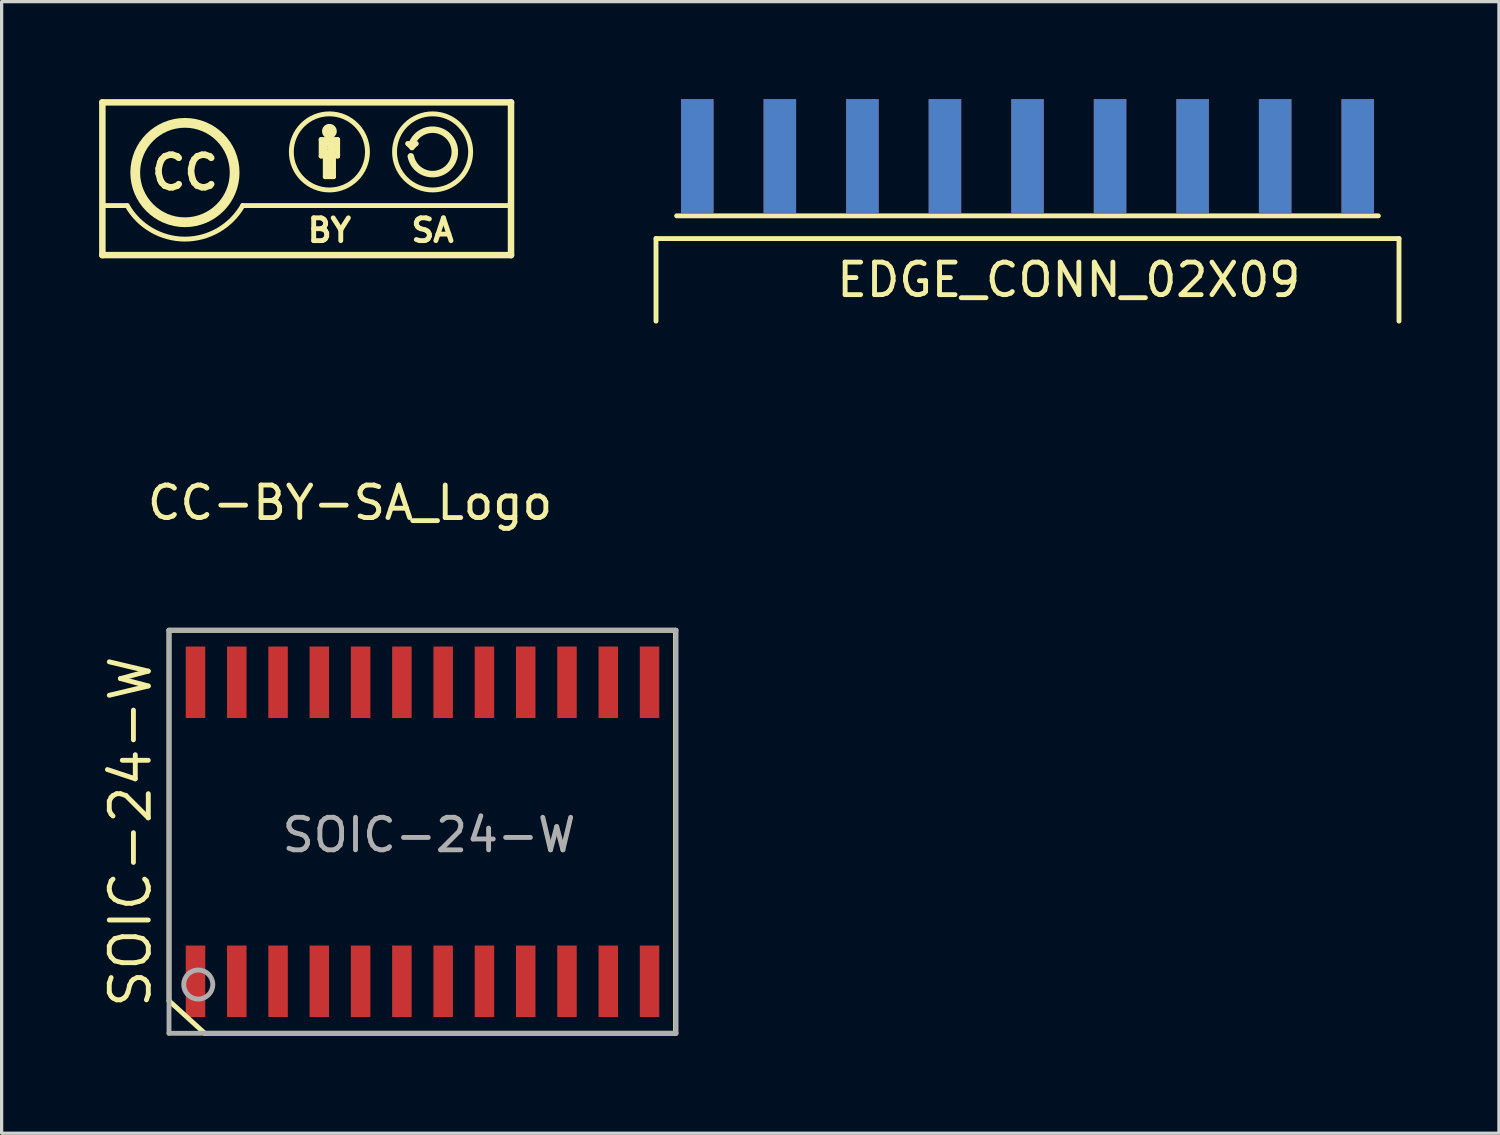
<source format=kicad_pcb>
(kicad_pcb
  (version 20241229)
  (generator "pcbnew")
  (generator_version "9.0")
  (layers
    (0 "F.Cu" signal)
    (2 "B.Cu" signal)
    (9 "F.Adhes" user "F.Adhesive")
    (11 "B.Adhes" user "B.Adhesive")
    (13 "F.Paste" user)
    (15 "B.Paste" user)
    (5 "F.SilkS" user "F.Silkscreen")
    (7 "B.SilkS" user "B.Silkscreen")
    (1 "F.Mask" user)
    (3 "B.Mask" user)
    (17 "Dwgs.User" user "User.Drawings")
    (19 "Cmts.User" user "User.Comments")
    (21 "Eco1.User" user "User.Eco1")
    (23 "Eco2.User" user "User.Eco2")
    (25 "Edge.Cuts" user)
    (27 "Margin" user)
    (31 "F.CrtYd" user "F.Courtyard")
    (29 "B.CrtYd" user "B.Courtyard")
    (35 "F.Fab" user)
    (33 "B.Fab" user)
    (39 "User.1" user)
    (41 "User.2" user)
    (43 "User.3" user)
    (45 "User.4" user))
  (footprint "CC-BY-SA_Logo"
    (layer "F.Cu")
    (at 7.72 7.339)
    (property "Reference" "CC-BY-SA_Logo" (at 0 5.08 0) (layer "F.SilkS") (effects (font (size 1 1) (thickness 0.15))))
    (attr through_hole)
    (fp_line (start -7.62 -7.239) (end -7.62 -2.54) (stroke (width 0.2) (type solid)) (layer "F.SilkS"))
    (fp_line (start -7.62 -2.54) (end 4.953 -2.54) (stroke (width 0.2) (type solid)) (layer "F.SilkS"))
    (fp_line (start -6.858 -4.064) (end -7.62 -4.064) (stroke (width 0.15) (type solid)) (layer "F.SilkS"))
    (fp_line (start -3.302 -4.064) (end 4.953 -4.064) (stroke (width 0.15) (type solid)) (layer "F.SilkS"))
    (fp_line (start -0.889 -6.096) (end -0.889 -5.588) (stroke (width 0.15) (type solid)) (layer "F.SilkS"))
    (fp_line (start -0.889 -6.096) (end -0.381 -6.096) (stroke (width 0.15) (type solid)) (layer "F.SilkS"))
    (fp_line (start -0.889 -5.588) (end -0.381 -5.588) (stroke (width 0.15) (type solid)) (layer "F.SilkS"))
    (fp_line (start -0.762 -5.969) (end -0.762 -5.715) (stroke (width 0.15) (type solid)) (layer "F.SilkS"))
    (fp_line (start -0.762 -5.715) (end -0.508 -5.715) (stroke (width 0.15) (type solid)) (layer "F.SilkS"))
    (fp_line (start -0.762 -5.588) (end -0.762 -4.953) (stroke (width 0.15) (type solid)) (layer "F.SilkS"))
    (fp_line (start -0.762 -4.953) (end -0.508 -4.953) (stroke (width 0.15) (type solid)) (layer "F.SilkS"))
    (fp_line (start -0.635 -6.35) (end -0.635 -6.223) (stroke (width 0.15) (type solid)) (layer "F.SilkS"))
    (fp_line (start -0.635 -5.588) (end -0.635 -4.953) (stroke (width 0.15) (type solid)) (layer "F.SilkS"))
    (fp_line (start -0.508 -5.842) (end -0.635 -5.842) (stroke (width 0.15) (type solid)) (layer "F.SilkS"))
    (fp_line (start -0.508 -5.715) (end -0.508 -5.842) (stroke (width 0.15) (type solid)) (layer "F.SilkS"))
    (fp_line (start -0.508 -4.953) (end -0.508 -5.588) (stroke (width 0.15) (type solid)) (layer "F.SilkS"))
    (fp_line (start -0.381 -5.969) (end -0.762 -5.969) (stroke (width 0.15) (type solid)) (layer "F.SilkS"))
    (fp_line (start -0.381 -5.588) (end -0.381 -6.096) (stroke (width 0.15) (type solid)) (layer "F.SilkS"))
    (fp_line (start 1.778 -5.969) (end 2.032 -5.969) (stroke (width 0.15) (type solid)) (layer "F.SilkS"))
    (fp_line (start 1.905 -5.842) (end 1.778 -5.969) (stroke (width 0.15) (type solid)) (layer "F.SilkS"))
    (fp_line (start 2.032 -5.969) (end 1.905 -5.842) (stroke (width 0.15) (type solid)) (layer "F.SilkS"))
    (fp_line (start 4.953 -7.239) (end -7.62 -7.239) (stroke (width 0.2) (type solid)) (layer "F.SilkS"))
    (fp_line (start 4.953 -2.54) (end 4.953 -7.239) (stroke (width 0.2) (type solid)) (layer "F.SilkS"))
    (fp_arc (start -3.302 -4.064) (mid -5.08 -3.032187) (end -6.858 -4.064) (stroke (width 0.15) (type solid)) (layer "F.SilkS"))
    (fp_arc (start 1.905 -5.969) (mid 3.2211 -5.652998) (end 1.869574 -5.579835) (stroke (width 0.2) (type solid)) (layer "F.SilkS"))
    (fp_circle (center -5.08 -5.08) (end -3.937 -4.064) (stroke (width 0.3) (type solid)) (fill no) (layer "F.SilkS"))
    (fp_circle (center -0.635 -6.35) (end -0.508 -6.35) (stroke (width 0.2) (type solid)) (fill no) (layer "F.SilkS"))
    (fp_circle (center -0.635 -5.715) (end 0.254 -4.953) (stroke (width 0.15) (type solid)) (fill no) (layer "F.SilkS"))
    (fp_circle (center 2.54 -5.715) (end 3.429 -4.953) (stroke (width 0.15) (type solid)) (fill no) (layer "F.SilkS"))
    (fp_text user "SA" (at 2.54 -3.302 0) (layer "F.SilkS") (effects (font (size 0.7 0.7) (thickness 0.15))))
    (fp_text user "CC" (at -5.08 -5.08 0) (layer "F.SilkS") (effects (font (size 1 1) (thickness 0.2))))
    (fp_text user "BY" (at -0.635 -3.302 0) (layer "F.SilkS") (effects (font (size 0.7 0.7) (thickness 0.15)))))
  (footprint "EDGE_CONN_02X09"
    (layer "F.Cu")
    (at 28.564 1.75)
    (property "Reference" "EDGE_CONN_02X09" (at 1.27 3.81 0) (layer "F.SilkS") (effects (font (size 1 1) (thickness 0.15))))
    (attr through_hole)
    (fp_line (start -11.43 2.54) (end -11.43 5.08) (stroke (width 0.15) (type solid)) (layer "F.SilkS"))
    (fp_line (start -10.795 1.841) (end 10.795 1.841) (stroke (width 0.15) (type solid)) (layer "F.SilkS"))
    (fp_line (start 11.43 2.54) (end -11.43 2.54) (stroke (width 0.15) (type solid)) (layer "F.SilkS"))
    (fp_line (start 11.43 2.54) (end 11.43 5.08) (stroke (width 0.15) (type solid)) (layer "F.SilkS"))
    (pad "1" smd rect (at -10.16 0) (size 1 3.5) (layers "F.Cu" "F.Mask"))
    (pad "2" smd rect (at -10.16 0) (size 1 3.5) (layers "*.Mask" "B.Cu"))
    (pad "3" smd rect (at -7.62 0) (size 1 3.5) (layers "F.Cu" "F.Mask"))
    (pad "4" smd rect (at -7.62 0) (size 1 3.5) (layers "*.Mask" "B.Cu"))
    (pad "5" smd rect (at -5.08 0) (size 1 3.5) (layers "F.Cu" "F.Mask"))
    (pad "6" smd rect (at -5.08 0) (size 1 3.5) (layers "*.Mask" "B.Cu"))
    (pad "7" smd rect (at -2.54 0) (size 1 3.5) (layers "F.Cu" "F.Mask"))
    (pad "8" smd rect (at -2.54 0) (size 1 3.5) (layers "*.Mask" "B.Cu"))
    (pad "9" smd rect (at 0 0) (size 1 3.5) (layers "F.Cu" "F.Mask"))
    (pad "10" smd rect (at 0 0) (size 1 3.5) (layers "*.Mask" "B.Cu"))
    (pad "11" smd rect (at 2.54 0) (size 1 3.5) (layers "F.Cu" "F.Mask"))
    (pad "12" smd rect (at 2.54 0) (size 1 3.5) (layers "*.Mask" "B.Cu"))
    (pad "13" smd rect (at 5.08 0) (size 1 3.5) (layers "F.Cu" "F.Mask"))
    (pad "14" smd rect (at 5.08 0) (size 1 3.5) (layers "*.Mask" "B.Cu"))
    (pad "15" smd rect (at 7.62 0) (size 1 3.5) (layers "F.Cu" "F.Mask"))
    (pad "16" smd rect (at 7.62 0) (size 1 3.5) (layers "*.Mask" "B.Cu"))
    (pad "17" smd rect (at 10.16 0) (size 1 3.5) (layers "F.Cu" "F.Mask"))
    (pad "18" smd rect (at 10.16 0) (size 1 3.5) (layers "*.Mask" "B.Cu")))
  (footprint "SOIC-24-W"
    (layer "F.Cu")
    (at 9.95 22.542)
    (property "Reference" "SOIC-24-W" (at -8.985 0 90) (layer "F.SilkS") (effects (font (size 1.2 1.2) (thickness 0.15))))
    (attr through_hole)
    (fp_line (start -7.8 -6.2) (end -7.8 5.2) (stroke (width 0.15) (type solid)) (layer "F.SilkS"))
    (fp_line (start -7.8 5.2) (end -6.7 6.2) (stroke (width 0.15) (type solid)) (layer "F.SilkS"))
    (fp_line (start -6.7 6.2) (end 7.785 6.2) (stroke (width 0.15) (type solid)) (layer "F.SilkS"))
    (fp_line (start 7.785 -6.2) (end -7.8 -6.2) (stroke (width 0.15) (type solid)) (layer "F.SilkS"))
    (fp_line (start 7.785 6.2) (end 7.785 -6.2) (stroke (width 0.15) (type solid)) (layer "F.SilkS"))
    (fp_line (start -7.8 -6.2) (end 7.8 -6.2) (stroke (width 0.15) (type solid)) (layer "F.Fab"))
    (fp_line (start -7.8 6.2) (end -7.8 -6.2) (stroke (width 0.15) (type solid)) (layer "F.Fab"))
    (fp_line (start 7.8 -6.2) (end 7.8 6.2) (stroke (width 0.15) (type solid)) (layer "F.Fab"))
    (fp_line (start 7.8 6.2) (end -7.8 6.2) (stroke (width 0.15) (type solid)) (layer "F.Fab"))
    (fp_circle (center -6.9 4.7) (end -6.5 4.9) (stroke (width 0.15) (type solid)) (fill no) (layer "F.Fab"))
    (fp_text user "${REFERENCE}" (at 0.2 0.1 0) (layer "F.Fab") (effects (font (size 1 1) (thickness 0.15))))
    (pad "1" smd rect (at -6.985 4.6) (size 0.6 2.2) (layers "F.Cu" "F.Mask" "F.Paste"))
    (pad "2" smd rect (at -5.715 4.6) (size 0.6 2.2) (layers "F.Cu" "F.Mask" "F.Paste"))
    (pad "3" smd rect (at -4.445 4.6) (size 0.6 2.2) (layers "F.Cu" "F.Mask" "F.Paste"))
    (pad "4" smd rect (at -3.175 4.6) (size 0.6 2.2) (layers "F.Cu" "F.Mask" "F.Paste"))
    (pad "5" smd rect (at -1.905 4.6) (size 0.6 2.2) (layers "F.Cu" "F.Mask" "F.Paste"))
    (pad "6" smd rect (at -0.635 4.6) (size 0.6 2.2) (layers "F.Cu" "F.Mask" "F.Paste"))
    (pad "7" smd rect (at 0.635 4.6) (size 0.6 2.2) (layers "F.Cu" "F.Mask" "F.Paste"))
    (pad "8" smd rect (at 1.905 4.6) (size 0.6 2.2) (layers "F.Cu" "F.Mask" "F.Paste"))
    (pad "9" smd rect (at 3.175 4.6) (size 0.6 2.2) (layers "F.Cu" "F.Mask" "F.Paste"))
    (pad "10" smd rect (at 4.445 4.6) (size 0.6 2.2) (layers "F.Cu" "F.Mask" "F.Paste"))
    (pad "11" smd rect (at 5.715 4.6) (size 0.6 2.2) (layers "F.Cu" "F.Mask" "F.Paste"))
    (pad "12" smd rect (at 6.985 4.6) (size 0.6 2.2) (layers "F.Cu" "F.Mask" "F.Paste"))
    (pad "13" smd rect (at 6.985 -4.6) (size 0.6 2.2) (layers "F.Cu" "F.Mask" "F.Paste"))
    (pad "14" smd rect (at 5.715 -4.6) (size 0.6 2.2) (layers "F.Cu" "F.Mask" "F.Paste"))
    (pad "15" smd rect (at 4.445 -4.6) (size 0.6 2.2) (layers "F.Cu" "F.Mask" "F.Paste"))
    (pad "16" smd rect (at 3.175 -4.6) (size 0.6 2.2) (layers "F.Cu" "F.Mask" "F.Paste"))
    (pad "17" smd rect (at 1.905 -4.6) (size 0.6 2.2) (layers "F.Cu" "F.Mask" "F.Paste"))
    (pad "18" smd rect (at 0.635 -4.6) (size 0.6 2.2) (layers "F.Cu" "F.Mask" "F.Paste"))
    (pad "19" smd rect (at -0.635 -4.6) (size 0.6 2.2) (layers "F.Cu" "F.Mask" "F.Paste"))
    (pad "20" smd rect (at -1.905 -4.6) (size 0.6 2.2) (layers "F.Cu" "F.Mask" "F.Paste"))
    (pad "21" smd rect (at -3.175 -4.6) (size 0.6 2.2) (layers "F.Cu" "F.Mask" "F.Paste"))
    (pad "22" smd rect (at -4.445 -4.6) (size 0.6 2.2) (layers "F.Cu" "F.Mask" "F.Paste"))
    (pad "23" smd rect (at -5.715 -4.6) (size 0.6 2.2) (layers "F.Cu" "F.Mask" "F.Paste"))
    (pad "24" smd rect (at -6.985 -4.6) (size 0.6 2.2) (layers "F.Cu" "F.Mask" "F.Paste")))
  (gr_rect
    (start -3 -3)
    (end 43.069 31.817)
    (stroke (width 0.1) (type default))
    (fill no)
    (layer "Edge.Cuts")))
</source>
